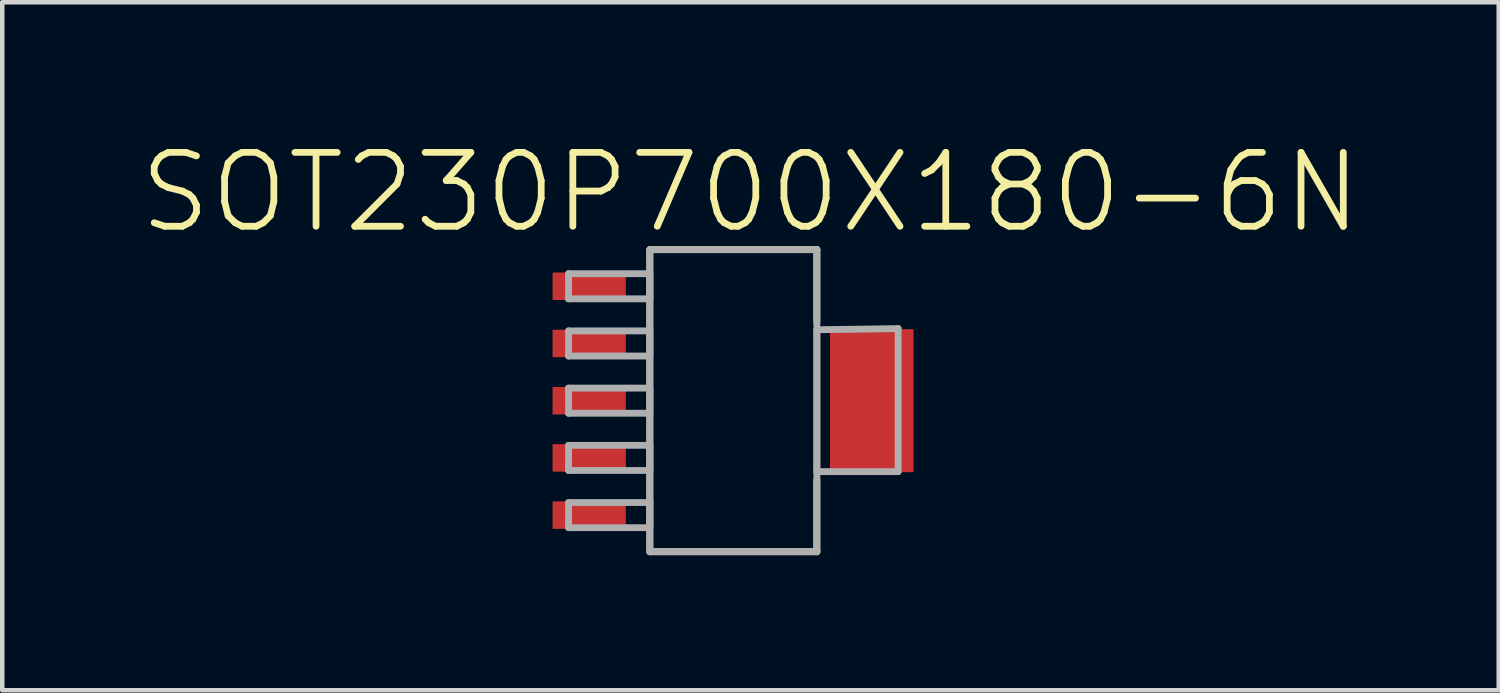
<source format=kicad_pcb>
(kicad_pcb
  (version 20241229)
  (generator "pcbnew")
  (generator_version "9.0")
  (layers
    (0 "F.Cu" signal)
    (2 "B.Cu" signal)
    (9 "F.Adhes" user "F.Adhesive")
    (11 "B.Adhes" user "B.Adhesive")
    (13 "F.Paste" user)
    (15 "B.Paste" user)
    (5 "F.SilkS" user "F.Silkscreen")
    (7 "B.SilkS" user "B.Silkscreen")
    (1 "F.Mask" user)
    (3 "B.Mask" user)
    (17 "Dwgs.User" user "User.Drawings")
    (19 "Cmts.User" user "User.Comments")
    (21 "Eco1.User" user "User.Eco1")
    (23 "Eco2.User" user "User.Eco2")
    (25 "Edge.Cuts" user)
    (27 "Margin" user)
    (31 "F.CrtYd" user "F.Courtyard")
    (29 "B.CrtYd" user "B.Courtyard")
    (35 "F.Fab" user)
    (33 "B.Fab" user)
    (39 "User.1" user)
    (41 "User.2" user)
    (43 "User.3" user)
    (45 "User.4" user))
  (footprint "SOT230P700X180-6N"
    (layer "F.Cu")
    (at 13.23 5.845)
    (property "Reference" "SOT230P700X180-6N" (at 0.381 -4.623 0) (layer "F.SilkS") (effects (font (size 1.64 1.64) (thickness 0.15))))
    (attr smd)
    (fp_line (start -1.854 -3.353) (end -1.854 3.353) (stroke (width 0.152) (type solid)) (layer "F.SilkS"))
    (fp_line (start -1.854 3.353) (end 1.854 3.353) (stroke (width 0.152) (type solid)) (layer "F.SilkS"))
    (fp_line (start 1.854 -3.353) (end -1.854 -3.353) (stroke (width 0.152) (type solid)) (layer "F.SilkS"))
    (fp_line (start 1.854 -1.753) (end 1.854 -3.353) (stroke (width 0.152) (type solid)) (layer "F.SilkS"))
    (fp_line (start 1.854 3.353) (end 1.854 1.753) (stroke (width 0.152) (type solid)) (layer "F.SilkS"))
    (fp_line (start -3.658 -2.819) (end -3.658 -2.261) (stroke (width 0.152) (type solid)) (layer "F.Fab"))
    (fp_line (start -3.658 -2.261) (end -1.854 -2.261) (stroke (width 0.152) (type solid)) (layer "F.Fab"))
    (fp_line (start -3.658 -1.549) (end -3.658 -0.991) (stroke (width 0.152) (type solid)) (layer "F.Fab"))
    (fp_line (start -3.658 -0.991) (end -1.854 -0.991) (stroke (width 0.152) (type solid)) (layer "F.Fab"))
    (fp_line (start -3.658 -0.279) (end -3.658 0.279) (stroke (width 0.152) (type solid)) (layer "F.Fab"))
    (fp_line (start -3.658 0.279) (end -1.854 0.279) (stroke (width 0.152) (type solid)) (layer "F.Fab"))
    (fp_line (start -3.658 0.991) (end -3.658 1.549) (stroke (width 0.152) (type solid)) (layer "F.Fab"))
    (fp_line (start -3.658 1.549) (end -1.854 1.549) (stroke (width 0.152) (type solid)) (layer "F.Fab"))
    (fp_line (start -3.658 2.261) (end -3.658 2.819) (stroke (width 0.152) (type solid)) (layer "F.Fab"))
    (fp_line (start -3.658 2.819) (end -1.854 2.819) (stroke (width 0.152) (type solid)) (layer "F.Fab"))
    (fp_line (start -1.854 -3.353) (end -1.854 3.353) (stroke (width 0.152) (type solid)) (layer "F.Fab"))
    (fp_line (start -1.854 -2.819) (end -3.658 -2.819) (stroke (width 0.152) (type solid)) (layer "F.Fab"))
    (fp_line (start -1.854 -2.261) (end -1.854 -2.819) (stroke (width 0.152) (type solid)) (layer "F.Fab"))
    (fp_line (start -1.854 -1.549) (end -3.658 -1.549) (stroke (width 0.152) (type solid)) (layer "F.Fab"))
    (fp_line (start -1.854 -0.991) (end -1.854 -1.549) (stroke (width 0.152) (type solid)) (layer "F.Fab"))
    (fp_line (start -1.854 -0.279) (end -3.658 -0.279) (stroke (width 0.152) (type solid)) (layer "F.Fab"))
    (fp_line (start -1.854 0.279) (end -1.854 -0.279) (stroke (width 0.152) (type solid)) (layer "F.Fab"))
    (fp_line (start -1.854 0.991) (end -3.658 0.991) (stroke (width 0.152) (type solid)) (layer "F.Fab"))
    (fp_line (start -1.854 1.549) (end -1.854 0.991) (stroke (width 0.152) (type solid)) (layer "F.Fab"))
    (fp_line (start -1.854 2.261) (end -3.658 2.261) (stroke (width 0.152) (type solid)) (layer "F.Fab"))
    (fp_line (start -1.854 2.819) (end -1.854 2.261) (stroke (width 0.152) (type solid)) (layer "F.Fab"))
    (fp_line (start -1.854 3.353) (end 1.854 3.353) (stroke (width 0.152) (type solid)) (layer "F.Fab"))
    (fp_line (start 1.854 -3.353) (end -1.854 -3.353) (stroke (width 0.152) (type solid)) (layer "F.Fab"))
    (fp_line (start 1.854 -1.575) (end 1.854 1.575) (stroke (width 0.152) (type solid)) (layer "F.Fab"))
    (fp_line (start 1.854 1.575) (end 3.658 1.575) (stroke (width 0.152) (type solid)) (layer "F.Fab"))
    (fp_line (start 1.854 3.353) (end 1.854 -3.353) (stroke (width 0.152) (type solid)) (layer "F.Fab"))
    (fp_line (start 3.658 -1.6) (end 1.854 -1.575) (stroke (width 0.152) (type solid)) (layer "F.Fab"))
    (fp_line (start 3.658 1.575) (end 3.658 -1.6) (stroke (width 0.152) (type solid)) (layer "F.Fab"))
    (pad "1" smd rect (at -3.2 -2.54) (size 1.626 0.61) (layers "F.Cu" "F.Mask" "F.Paste"))
    (pad "2" smd rect (at -3.2 -1.27) (size 1.626 0.61) (layers "F.Cu" "F.Mask" "F.Paste"))
    (pad "3" smd rect (at -3.2 0) (size 1.626 0.61) (layers "F.Cu" "F.Mask" "F.Paste"))
    (pad "4" smd rect (at -3.2 1.27) (size 1.626 0.61) (layers "F.Cu" "F.Mask" "F.Paste"))
    (pad "5" smd rect (at -3.2 2.54) (size 1.626 0.61) (layers "F.Cu" "F.Mask" "F.Paste"))
    (pad "6" smd rect (at 3.073 0) (size 1.854 3.175) (layers "F.Cu" "F.Mask" "F.Paste")))
  (gr_rect
    (start -3 -3)
    (end 30.221 12.274)
    (stroke (width 0.1) (type default))
    (fill no)
    (layer "Edge.Cuts")))
</source>
